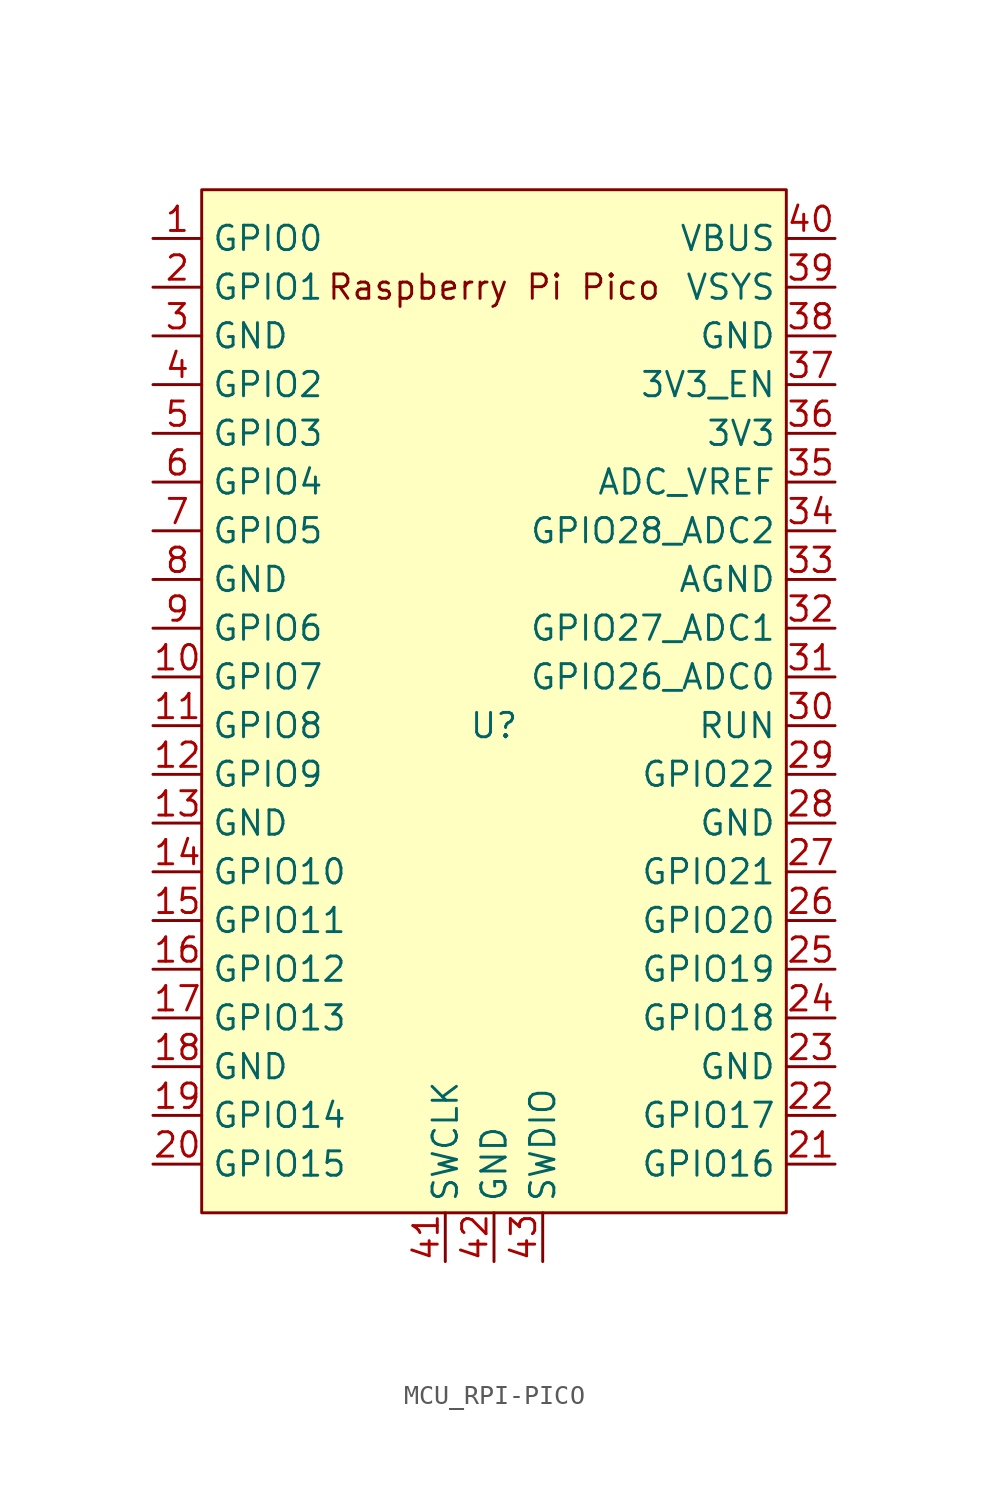
<source format=kicad_sym>
(kicad_symbol_lib
  (version 20220914)
  (generator kicad_symbol_editor)
  (symbol "MCU_RPI-PICO"
    (property "Reference" "U"
      (at 17.78 -27.94 0)
      (effects (font (size 1.27 1.27))))
    (property "Value" ""
      (at 0 0 0)
      (effects (font (size 1.27 1.27))))
    (symbol "MCU_RPI-PICO_0_0"
      (text "Raspberry Pi Pico" (at 17.78 -5.08 0) (effects (font (size 1.27 1.27)))))
    (symbol "MCU_RPI-PICO_0_1"
      (rectangle (start 2.54 0) (end 33.02 -53.34) (stroke (width 0) (type default)) (fill (type background))))
    (symbol "MCU_RPI-PICO_1_1"
      (pin bidirectional line (at 0 -2.54 0) (length 2.54) (name "GPIO0" (effects (font (size 1.27 1.27)))) (number "1" (effects (font (size 1.27 1.27)))))
      (pin bidirectional line (at 0 -25.4 0) (length 2.54) (name "GPIO7" (effects (font (size 1.27 1.27)))) (number "10" (effects (font (size 1.27 1.27)))))
      (pin bidirectional line (at 0 -27.94 0) (length 2.54) (name "GPIO8" (effects (font (size 1.27 1.27)))) (number "11" (effects (font (size 1.27 1.27)))))
      (pin bidirectional line (at 0 -30.48 0) (length 2.54) (name "GPIO9" (effects (font (size 1.27 1.27)))) (number "12" (effects (font (size 1.27 1.27)))))
      (pin power_in line (at 0 -33.02 0) (length 2.54) (name "GND" (effects (font (size 1.27 1.27)))) (number "13" (effects (font (size 1.27 1.27)))))
      (pin bidirectional line (at 0 -35.56 0) (length 2.54) (name "GPIO10" (effects (font (size 1.27 1.27)))) (number "14" (effects (font (size 1.27 1.27)))))
      (pin bidirectional line (at 0 -38.1 0) (length 2.54) (name "GPIO11" (effects (font (size 1.27 1.27)))) (number "15" (effects (font (size 1.27 1.27)))))
      (pin bidirectional line (at 0 -40.64 0) (length 2.54) (name "GPIO12" (effects (font (size 1.27 1.27)))) (number "16" (effects (font (size 1.27 1.27)))))
      (pin bidirectional line (at 0 -43.18 0) (length 2.54) (name "GPIO13" (effects (font (size 1.27 1.27)))) (number "17" (effects (font (size 1.27 1.27)))))
      (pin power_in line (at 0 -45.72 0) (length 2.54) (name "GND" (effects (font (size 1.27 1.27)))) (number "18" (effects (font (size 1.27 1.27)))))
      (pin bidirectional line (at 0 -48.26 0) (length 2.54) (name "GPIO14" (effects (font (size 1.27 1.27)))) (number "19" (effects (font (size 1.27 1.27)))))
      (pin bidirectional line (at 0 -5.08 0) (length 2.54) (name "GPIO1" (effects (font (size 1.27 1.27)))) (number "2" (effects (font (size 1.27 1.27)))))
      (pin bidirectional line (at 0 -50.8 0) (length 2.54) (name "GPIO15" (effects (font (size 1.27 1.27)))) (number "20" (effects (font (size 1.27 1.27)))))
      (pin bidirectional line (at 35.56 -50.8 180) (length 2.54) (name "GPIO16" (effects (font (size 1.27 1.27)))) (number "21" (effects (font (size 1.27 1.27)))))
      (pin bidirectional line (at 35.56 -48.26 180) (length 2.54) (name "GPIO17" (effects (font (size 1.27 1.27)))) (number "22" (effects (font (size 1.27 1.27)))))
      (pin power_in line (at 35.56 -45.72 180) (length 2.54) (name "GND" (effects (font (size 1.27 1.27)))) (number "23" (effects (font (size 1.27 1.27)))))
      (pin bidirectional line (at 35.56 -43.18 180) (length 2.54) (name "GPIO18" (effects (font (size 1.27 1.27)))) (number "24" (effects (font (size 1.27 1.27)))))
      (pin bidirectional line (at 35.56 -40.64 180) (length 2.54) (name "GPIO19" (effects (font (size 1.27 1.27)))) (number "25" (effects (font (size 1.27 1.27)))))
      (pin bidirectional line (at 35.56 -38.1 180) (length 2.54) (name "GPIO20" (effects (font (size 1.27 1.27)))) (number "26" (effects (font (size 1.27 1.27)))))
      (pin bidirectional line (at 35.56 -35.56 180) (length 2.54) (name "GPIO21" (effects (font (size 1.27 1.27)))) (number "27" (effects (font (size 1.27 1.27)))))
      (pin power_in line (at 35.56 -33.02 180) (length 2.54) (name "GND" (effects (font (size 1.27 1.27)))) (number "28" (effects (font (size 1.27 1.27)))))
      (pin bidirectional line (at 35.56 -30.48 180) (length 2.54) (name "GPIO22" (effects (font (size 1.27 1.27)))) (number "29" (effects (font (size 1.27 1.27)))))
      (pin power_in line (at 0 -7.62 0) (length 2.54) (name "GND" (effects (font (size 1.27 1.27)))) (number "3" (effects (font (size 1.27 1.27)))))
      (pin input line (at 35.56 -27.94 180) (length 2.54) (name "RUN" (effects (font (size 1.27 1.27)))) (number "30" (effects (font (size 1.27 1.27)))))
      (pin bidirectional line (at 35.56 -25.4 180) (length 2.54) (name "GPIO26_ADC0" (effects (font (size 1.27 1.27)))) (number "31" (effects (font (size 1.27 1.27)))))
      (pin bidirectional line (at 35.56 -22.86 180) (length 2.54) (name "GPIO27_ADC1" (effects (font (size 1.27 1.27)))) (number "32" (effects (font (size 1.27 1.27)))))
      (pin power_in line (at 35.56 -20.32 180) (length 2.54) (name "AGND" (effects (font (size 1.27 1.27)))) (number "33" (effects (font (size 1.27 1.27)))))
      (pin bidirectional line (at 35.56 -17.78 180) (length 2.54) (name "GPIO28_ADC2" (effects (font (size 1.27 1.27)))) (number "34" (effects (font (size 1.27 1.27)))))
      (pin power_in line (at 35.56 -15.24 180) (length 2.54) (name "ADC_VREF" (effects (font (size 1.27 1.27)))) (number "35" (effects (font (size 1.27 1.27)))))
      (pin power_in line (at 35.56 -12.7 180) (length 2.54) (name "3V3" (effects (font (size 1.27 1.27)))) (number "36" (effects (font (size 1.27 1.27)))))
      (pin input line (at 35.56 -10.16 180) (length 2.54) (name "3V3_EN" (effects (font (size 1.27 1.27)))) (number "37" (effects (font (size 1.27 1.27)))))
      (pin bidirectional line (at 35.56 -7.62 180) (length 2.54) (name "GND" (effects (font (size 1.27 1.27)))) (number "38" (effects (font (size 1.27 1.27)))))
      (pin power_in line (at 35.56 -5.08 180) (length 2.54) (name "VSYS" (effects (font (size 1.27 1.27)))) (number "39" (effects (font (size 1.27 1.27)))))
      (pin bidirectional line (at 0 -10.16 0) (length 2.54) (name "GPIO2" (effects (font (size 1.27 1.27)))) (number "4" (effects (font (size 1.27 1.27)))))
      (pin power_in line (at 35.56 -2.54 180) (length 2.54) (name "VBUS" (effects (font (size 1.27 1.27)))) (number "40" (effects (font (size 1.27 1.27)))))
      (pin input line (at 15.24 -55.88 90) (length 2.54) (name "SWCLK" (effects (font (size 1.27 1.27)))) (number "41" (effects (font (size 1.27 1.27)))))
      (pin power_in line (at 17.78 -55.88 90) (length 2.54) (name "GND" (effects (font (size 1.27 1.27)))) (number "42" (effects (font (size 1.27 1.27)))))
      (pin bidirectional line (at 20.32 -55.88 90) (length 2.54) (name "SWDIO" (effects (font (size 1.27 1.27)))) (number "43" (effects (font (size 1.27 1.27)))))
      (pin bidirectional line (at 0 -12.7 0) (length 2.54) (name "GPIO3" (effects (font (size 1.27 1.27)))) (number "5" (effects (font (size 1.27 1.27)))))
      (pin bidirectional line (at 0 -15.24 0) (length 2.54) (name "GPIO4" (effects (font (size 1.27 1.27)))) (number "6" (effects (font (size 1.27 1.27)))))
      (pin bidirectional line (at 0 -17.78 0) (length 2.54) (name "GPIO5" (effects (font (size 1.27 1.27)))) (number "7" (effects (font (size 1.27 1.27)))))
      (pin power_in line (at 0 -20.32 0) (length 2.54) (name "GND" (effects (font (size 1.27 1.27)))) (number "8" (effects (font (size 1.27 1.27)))))
      (pin bidirectional line (at 0 -22.86 0) (length 2.54) (name "GPIO6" (effects (font (size 1.27 1.27)))) (number "9" (effects (font (size 1.27 1.27))))))))
</source>
